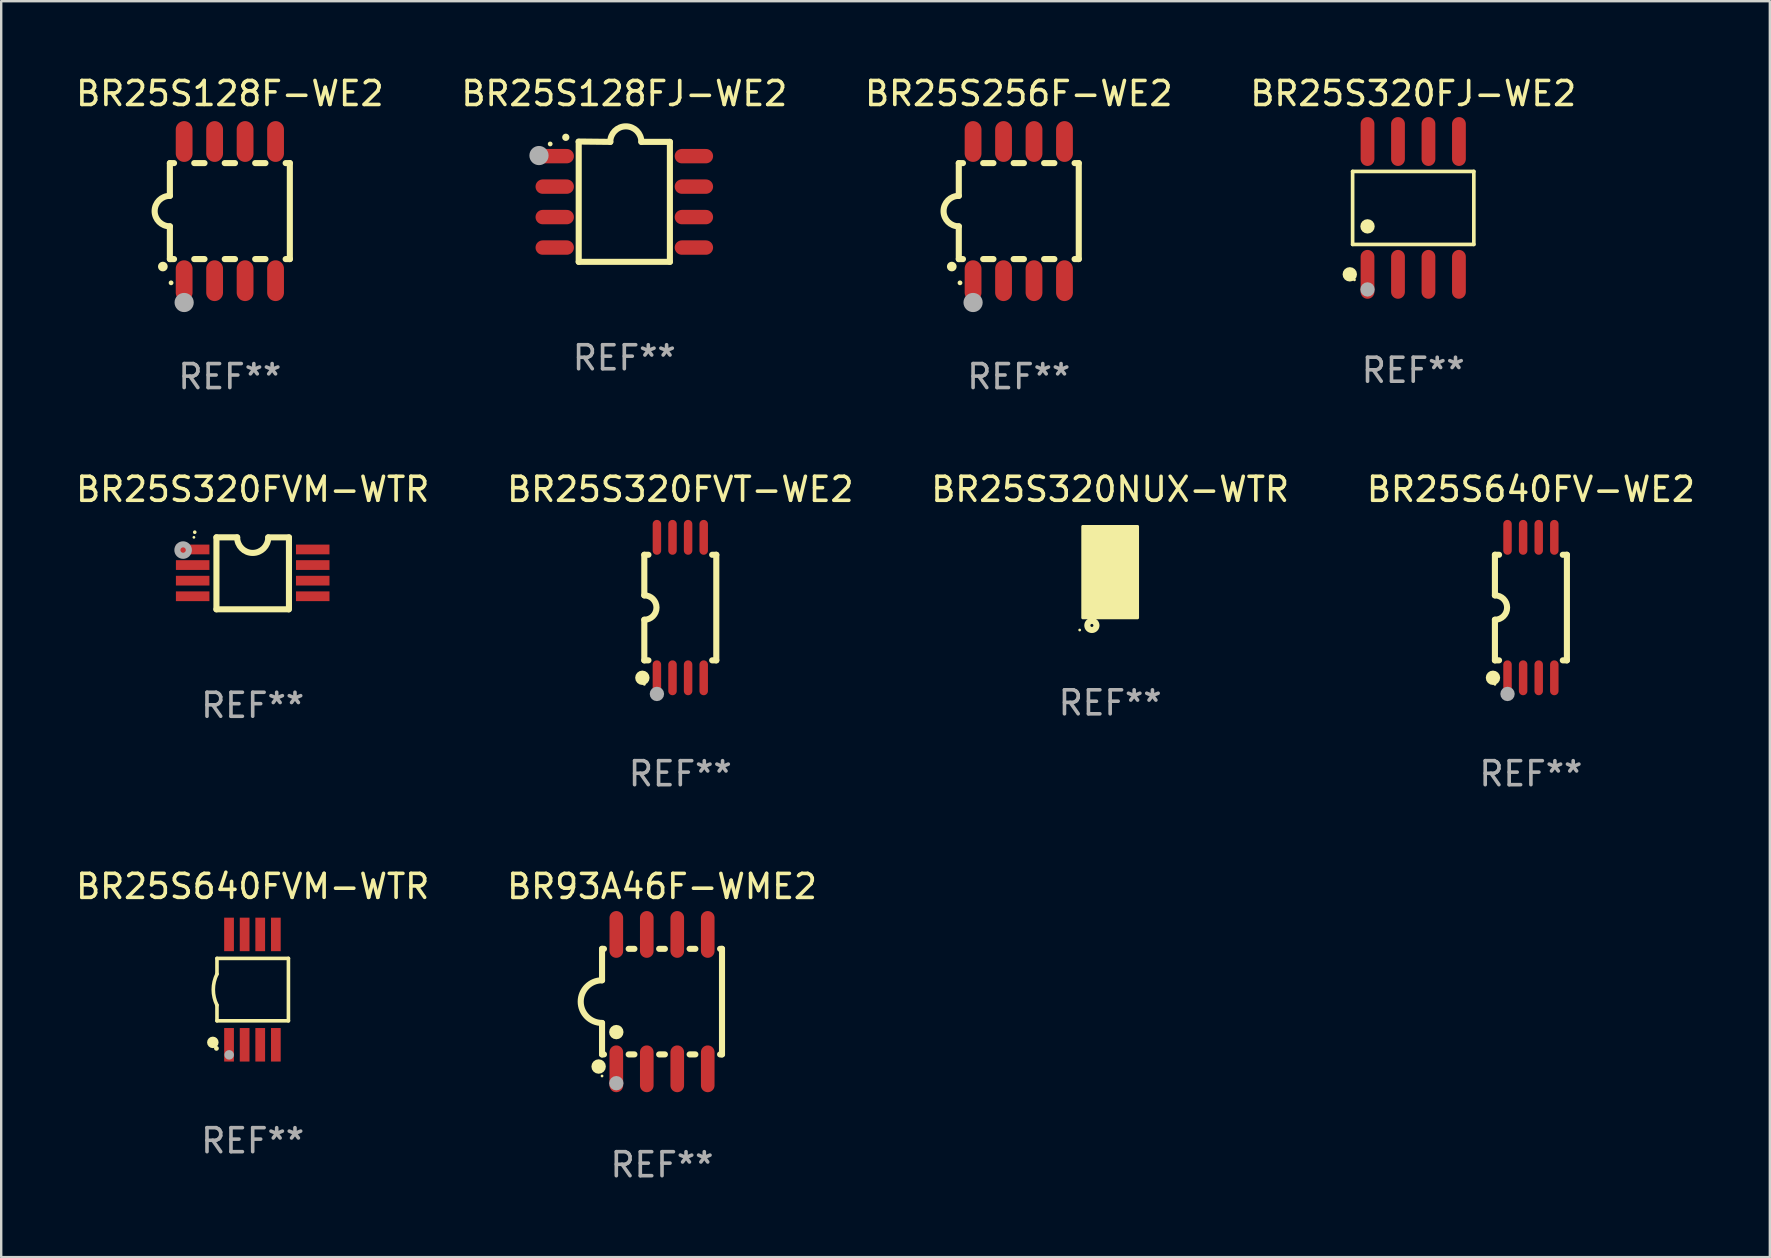
<source format=kicad_pcb>
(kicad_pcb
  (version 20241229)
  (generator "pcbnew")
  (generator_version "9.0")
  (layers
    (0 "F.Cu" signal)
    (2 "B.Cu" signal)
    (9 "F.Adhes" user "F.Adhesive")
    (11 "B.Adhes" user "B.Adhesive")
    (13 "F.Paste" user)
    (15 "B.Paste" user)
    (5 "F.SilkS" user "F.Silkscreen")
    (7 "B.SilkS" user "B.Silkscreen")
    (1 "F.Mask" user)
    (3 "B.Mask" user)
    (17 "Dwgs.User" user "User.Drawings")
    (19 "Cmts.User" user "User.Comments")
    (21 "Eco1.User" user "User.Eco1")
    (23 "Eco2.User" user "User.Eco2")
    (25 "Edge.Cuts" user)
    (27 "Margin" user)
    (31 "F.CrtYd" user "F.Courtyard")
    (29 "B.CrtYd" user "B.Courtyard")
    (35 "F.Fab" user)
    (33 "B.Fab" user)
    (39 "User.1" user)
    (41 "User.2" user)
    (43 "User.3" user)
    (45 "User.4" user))
  (footprint "BR25S640FVM-WTR"
    (layer "F.Cu")
    (at 7.482 38.195)
    (property "Reference" "BR25S640FVM-WTR" (at 0 -4.3 0) (layer "F.SilkS") (effects (font (size 1 1) (thickness 0.15))))
    (attr through_hole)
    (fp_line (start -1.489 -1.3) (end -1.489 -0.648) (stroke (width 0.15) (type solid)) (layer "F.SilkS"))
    (fp_line (start -1.489 0.648) (end -1.489 1.3) (stroke (width 0.15) (type solid)) (layer "F.SilkS"))
    (fp_line (start -1.489 1.3) (end 1.489 1.3) (stroke (width 0.15) (type solid)) (layer "F.SilkS"))
    (fp_line (start 1.489 -1.3) (end -1.489 -1.3) (stroke (width 0.15) (type solid)) (layer "F.SilkS"))
    (fp_line (start 1.489 1.3) (end 1.489 -1.3) (stroke (width 0.15) (type solid)) (layer "F.SilkS"))
    (fp_arc (start -1.489205 0.647702) (mid -1.642107 0) (end -1.489205 -0.647701) (stroke (width 0.150013) (type solid)) (layer "F.SilkS"))
    (fp_circle (center -1.661 2.2) (end -1.541 2.2) (stroke (width 0.24) (type solid)) (fill no) (layer "F.SilkS"))
    (fp_circle (center -1.511 2.45) (end -1.461 2.45) (stroke (width 0.1) (type solid)) (fill no) (layer "F.SilkS"))
    (fp_circle (center -0.981 2.72) (end -0.881 2.72) (stroke (width 0.2) (type solid)) (fill no) (layer "F.Fab"))
    (fp_text user "REF**" (at 0 6.3 0) (layer "F.Fab") (effects (font (size 1 1) (thickness 0.15))))
    (pad "1" smd rect (at -0.986 2.3) (size 0.406 1.397) (layers "F.Cu" "F.Mask" "F.Paste"))
    (pad "2" smd rect (at -0.336 2.3) (size 0.406 1.397) (layers "F.Cu" "F.Mask" "F.Paste"))
    (pad "3" smd rect (at 0.314 2.3) (size 0.406 1.397) (layers "F.Cu" "F.Mask" "F.Paste"))
    (pad "4" smd rect (at 0.964 2.3) (size 0.406 1.397) (layers "F.Cu" "F.Mask" "F.Paste"))
    (pad "5" smd rect (at 0.964 -2.3) (size 0.406 1.397) (layers "F.Cu" "F.Mask" "F.Paste"))
    (pad "6" smd rect (at 0.314 -2.3) (size 0.406 1.397) (layers "F.Cu" "F.Mask" "F.Paste"))
    (pad "7" smd rect (at -0.336 -2.3) (size 0.406 1.397) (layers "F.Cu" "F.Mask" "F.Paste"))
    (pad "8" smd rect (at -0.986 -2.3) (size 0.406 1.397) (layers "F.Cu" "F.Mask" "F.Paste")))
  (footprint "BR25S320FVM-WTR"
    (layer "F.Cu")
    (at 7.482 20.846)
    (property "Reference" "BR25S320FVM-WTR" (at 0 -3.501 0) (layer "F.SilkS") (effects (font (size 1 1) (thickness 0.15))))
    (attr through_hole)
    (fp_line (start -1.511 -1.501) (end -1.511 1.499) (stroke (width 0.254) (type solid)) (layer "F.SilkS"))
    (fp_line (start -1.511 -1.501) (end -0.648 -1.501) (stroke (width 0.254) (type solid)) (layer "F.SilkS"))
    (fp_line (start -1.511 1.499) (end 1.489 1.499) (stroke (width 0.254) (type solid)) (layer "F.SilkS"))
    (fp_line (start 0.648 -1.499) (end 1.511 -1.499) (stroke (width 0.254) (type solid)) (layer "F.SilkS"))
    (fp_line (start 1.511 -1.499) (end 1.511 1.501) (stroke (width 0.254) (type solid)) (layer "F.SilkS"))
    (fp_arc (start -2.41491 -1.713233) (mid -2.414916 -1.714503) (end -2.41491 -1.715773) (stroke (width 0.150013) (type solid)) (layer "F.SilkS"))
    (fp_arc (start 0.647803 -1.498603) (mid 0.000102 -0.850902) (end -0.647599 -1.498603) (stroke (width 0.254001) (type solid)) (layer "F.SilkS"))
    (fp_circle (center -2.45 -1.501) (end -2.42 -1.501) (stroke (width 0.06) (type solid)) (fill no) (layer "F.SilkS"))
    (fp_circle (center -2.9 -0.97) (end -2.788 -0.97) (stroke (width 0.254) (type solid)) (fill no) (layer "F.Fab"))
    (fp_text user "REF**" (at 0 5.501 0) (layer "F.Fab") (effects (font (size 1 1) (thickness 0.15))))
    (pad "1" smd rect (at -2.502 -0.995) (size 1.397 0.406) (layers "F.Cu" "F.Mask" "F.Paste"))
    (pad "2" smd rect (at -2.502 -0.345) (size 1.397 0.406) (layers "F.Cu" "F.Mask" "F.Paste"))
    (pad "3" smd rect (at -2.502 0.305) (size 1.397 0.406) (layers "F.Cu" "F.Mask" "F.Paste"))
    (pad "4" smd rect (at -2.502 0.955) (size 1.397 0.406) (layers "F.Cu" "F.Mask" "F.Paste"))
    (pad "5" smd rect (at 2.502 0.955) (size 1.397 0.406) (layers "F.Cu" "F.Mask" "F.Paste"))
    (pad "6" smd rect (at 2.502 0.305) (size 1.397 0.406) (layers "F.Cu" "F.Mask" "F.Paste"))
    (pad "7" smd rect (at 2.502 -0.345) (size 1.397 0.406) (layers "F.Cu" "F.Mask" "F.Paste"))
    (pad "8" smd rect (at 2.502 -0.995) (size 1.397 0.406) (layers "F.Cu" "F.Mask" "F.Paste")))
  (footprint "BR25S320NUX-WTR"
    (layer "F.Cu")
    (at 43.22 20.795)
    (property "Reference" "BR25S320NUX-WTR" (at 0 -3.45 0) (layer "F.SilkS") (effects (font (size 1 1) (thickness 0.15))))
    (attr through_hole)
    (fp_circle (center -1.27 2.413) (end -1.24 2.413) (stroke (width 0.06) (type solid)) (fill no) (layer "F.SilkS"))
    (fp_circle (center -0.762 2.222) (end -0.699 2.222) (stroke (width 0.254) (type solid)) (fill no) (layer "F.SilkS"))
    (fp_poly (pts (xy -1.143 -1.905) (xy 1.143 -1.905) (xy 1.143 1.905) (xy -1.143 1.905)) (stroke (width 0.12) (type solid)) (fill yes) (layer "F.SilkS"))
    (fp_text user "REF**" (at 0 5.45 0) (layer "F.Fab") (effects (font (size 1 1) (thickness 0.15))))
    (pad "1" smd rect (at -0.75 1.45) (size 0.25 0.5) (layers "F.Cu" "F.Mask" "F.Paste"))
    (pad "2" smd rect (at -0.25 1.45) (size 0.25 0.5) (layers "F.Cu" "F.Mask" "F.Paste"))
    (pad "3" smd rect (at 0.25 1.45) (size 0.25 0.5) (layers "F.Cu" "F.Mask" "F.Paste"))
    (pad "4" smd rect (at 0.75 1.45) (size 0.25 0.5) (layers "F.Cu" "F.Mask" "F.Paste"))
    (pad "5" smd rect (at 0.75 -1.45) (size 0.25 0.5) (layers "F.Cu" "F.Mask" "F.Paste"))
    (pad "6" smd rect (at 0.25 -1.45) (size 0.25 0.5) (layers "F.Cu" "F.Mask" "F.Paste"))
    (pad "7" smd rect (at -0.25 -1.45) (size 0.25 0.5) (layers "F.Cu" "F.Mask" "F.Paste"))
    (pad "8" smd rect (at -0.75 -1.45) (size 0.25 0.5) (layers "F.Cu" "F.Mask" "F.Paste"))
    (pad "9" smd rect (at 0 -0.000127) (size 1.5 1.6) (layers "F.Cu" "F.Mask" "F.Paste")))
  (footprint "BR25S128FJ-WE2"
    (layer "F.Cu")
    (at 22.97 5.356)
    (property "Reference" "BR25S128FJ-WE2" (at 0 -4.507 0) (layer "F.SilkS") (effects (font (size 1 1) (thickness 0.15))))
    (attr through_hole)
    (fp_line (start -1.905 -2.507) (end -0.584 -2.493) (stroke (width 0.254) (type solid)) (layer "F.SilkS"))
    (fp_line (start -1.9 2.507) (end -1.9 -2.493) (stroke (width 0.254) (type solid)) (layer "F.SilkS"))
    (fp_line (start -1.9 2.507) (end 1.9 2.507) (stroke (width 0.254) (type solid)) (layer "F.SilkS"))
    (fp_line (start 1.9 -2.493) (end 0.711 -2.493) (stroke (width 0.254) (type solid)) (layer "F.SilkS"))
    (fp_line (start 1.9 2.507) (end 1.9 -2.493) (stroke (width 0.254) (type solid)) (layer "F.SilkS"))
    (fp_arc (start -2.438532 -2.682563) (mid -2.438537 -2.683833) (end -2.438532 -2.685103) (stroke (width 0.3) (type solid)) (layer "F.SilkS"))
    (fp_arc (start -0.584328 -2.492064) (mid 0.063057 -3.139764) (end 0.711074 -2.492697) (stroke (width 0.254001) (type solid)) (layer "F.SilkS"))
    (fp_circle (center -3.089 -2.406) (end -3.039 -2.406) (stroke (width 0.1) (type solid)) (fill no) (layer "F.SilkS"))
    (fp_circle (center -3.556 -1.923) (end -3.356 -1.923) (stroke (width 0.4) (type solid)) (fill no) (layer "F.Fab"))
    (fp_text user "REF**" (at 0 6.507 0) (layer "F.Fab") (effects (font (size 1 1) (thickness 0.15))))
    (pad "1" smd oval (at -2.9 -1.898 90) (size 0.6 1.6) (layers "F.Cu" "F.Mask" "F.Paste"))
    (pad "2" smd oval (at -2.9 -0.628 90) (size 0.6 1.6) (layers "F.Cu" "F.Mask" "F.Paste"))
    (pad "3" smd oval (at -2.9 0.642 90) (size 0.6 1.6) (layers "F.Cu" "F.Mask" "F.Paste"))
    (pad "4" smd oval (at -2.9 1.912 90) (size 0.6 1.6) (layers "F.Cu" "F.Mask" "F.Paste"))
    (pad "5" smd oval (at 2.9 1.912 90) (size 0.6 1.6) (layers "F.Cu" "F.Mask" "F.Paste"))
    (pad "6" smd oval (at 2.9 0.642 90) (size 0.6 1.6) (layers "F.Cu" "F.Mask" "F.Paste"))
    (pad "7" smd oval (at 2.9 -0.628 90) (size 0.6 1.6) (layers "F.Cu" "F.Mask" "F.Paste"))
    (pad "8" smd oval (at 2.9 -1.898 90) (size 0.6 1.6) (layers "F.Cu" "F.Mask" "F.Paste")))
  (footprint "BR25S320FJ-WE2"
    (layer "F.Cu")
    (at 55.851 5.616)
    (property "Reference" "BR25S320FJ-WE2" (at 0 -4.768 0) (layer "F.SilkS") (effects (font (size 1 1) (thickness 0.15))))
    (attr through_hole)
    (fp_line (start -2.526 -1.521) (end 2.526 -1.521) (stroke (width 0.152) (type solid)) (layer "F.SilkS"))
    (fp_line (start -2.526 1.521) (end -2.526 -1.521) (stroke (width 0.152) (type solid)) (layer "F.SilkS"))
    (fp_line (start 2.526 -1.521) (end 2.526 1.521) (stroke (width 0.152) (type solid)) (layer "F.SilkS"))
    (fp_line (start 2.526 1.521) (end -2.526 1.521) (stroke (width 0.152) (type solid)) (layer "F.SilkS"))
    (fp_circle (center -2.644 2.768) (end -2.494 2.768) (stroke (width 0.3) (type solid)) (fill no) (layer "F.SilkS"))
    (fp_circle (center -2.45 2.998) (end -2.42 2.998) (stroke (width 0.06) (type solid)) (fill no) (layer "F.SilkS"))
    (fp_circle (center -1.905 0.769) (end -1.755 0.769) (stroke (width 0.3) (type solid)) (fill no) (layer "F.SilkS"))
    (fp_circle (center -1.905 3.398) (end -1.755 3.398) (stroke (width 0.3) (type solid)) (fill no) (layer "F.Fab"))
    (fp_text user "REF**" (at 0 6.768 0) (layer "F.Fab") (effects (font (size 1 1) (thickness 0.15))))
    (pad "1" smd oval (at -1.905 2.768) (size 0.574 2.036) (layers "F.Cu" "F.Mask" "F.Paste"))
    (pad "2" smd oval (at -0.635 2.768) (size 0.574 2.036) (layers "F.Cu" "F.Mask" "F.Paste"))
    (pad "3" smd oval (at 0.635 2.768) (size 0.574 2.036) (layers "F.Cu" "F.Mask" "F.Paste"))
    (pad "4" smd oval (at 1.905 2.768) (size 0.574 2.036) (layers "F.Cu" "F.Mask" "F.Paste"))
    (pad "5" smd oval (at 1.905 -2.768) (size 0.574 2.036) (layers "F.Cu" "F.Mask" "F.Paste"))
    (pad "6" smd oval (at 0.635 -2.768) (size 0.574 2.036) (layers "F.Cu" "F.Mask" "F.Paste"))
    (pad "7" smd oval (at -0.635 -2.768) (size 0.574 2.036) (layers "F.Cu" "F.Mask" "F.Paste"))
    (pad "8" smd oval (at -1.905 -2.768) (size 0.574 2.036) (layers "F.Cu" "F.Mask" "F.Paste")))
  (footprint "BR93A46F-WME2"
    (layer "F.Cu")
    (at 24.542 38.696)
    (property "Reference" "BR93A46F-WME2" (at 0 -4.8 0) (layer "F.SilkS") (effects (font (size 1 1) (thickness 0.15))))
    (attr through_hole)
    (fp_line (start -2.5 -2.2) (end -2.5 -0.889) (stroke (width 0.254) (type solid)) (layer "F.SilkS"))
    (fp_line (start -2.5 2.2) (end -2.5 0.889) (stroke (width 0.254) (type solid)) (layer "F.SilkS"))
    (fp_line (start -2.42 -2.2) (end -2.5 -2.2) (stroke (width 0.254) (type solid)) (layer "F.SilkS"))
    (fp_line (start -2.42 2.2) (end -2.5 2.2) (stroke (width 0.254) (type solid)) (layer "F.SilkS"))
    (fp_line (start -1.15 -2.2) (end -1.39 -2.2) (stroke (width 0.254) (type solid)) (layer "F.SilkS"))
    (fp_line (start -1.15 2.2) (end -1.39 2.2) (stroke (width 0.254) (type solid)) (layer "F.SilkS"))
    (fp_line (start 0.12 -2.2) (end -0.12 -2.2) (stroke (width 0.254) (type solid)) (layer "F.SilkS"))
    (fp_line (start 0.12 2.2) (end -0.12 2.2) (stroke (width 0.254) (type solid)) (layer "F.SilkS"))
    (fp_line (start 1.39 -2.2) (end 1.15 -2.2) (stroke (width 0.254) (type solid)) (layer "F.SilkS"))
    (fp_line (start 1.39 2.2) (end 1.15 2.2) (stroke (width 0.254) (type solid)) (layer "F.SilkS"))
    (fp_line (start 2.5 -2.2) (end 2.42 -2.2) (stroke (width 0.254) (type solid)) (layer "F.SilkS"))
    (fp_line (start 2.5 -2.2) (end 2.5 2.2) (stroke (width 0.254) (type solid)) (layer "F.SilkS"))
    (fp_line (start 2.5 2.2) (end 2.42 2.2) (stroke (width 0.254) (type solid)) (layer "F.SilkS"))
    (fp_arc (start -2.5 0.889002) (mid -3.388367 -0.000318) (end -2.499365 -0.889002) (stroke (width 0.254001) (type solid)) (layer "F.SilkS"))
    (fp_circle (center -2.642 2.705) (end -2.491 2.705) (stroke (width 0.3) (type solid)) (fill no) (layer "F.SilkS"))
    (fp_circle (center -2.5 3.1) (end -2.47 3.1) (stroke (width 0.06) (type solid)) (fill no) (layer "F.SilkS"))
    (fp_circle (center -1.905 1.27) (end -1.755 1.27) (stroke (width 0.3) (type solid)) (fill no) (layer "F.SilkS"))
    (fp_circle (center -1.905 3.4) (end -1.755 3.4) (stroke (width 0.3) (type solid)) (fill no) (layer "F.Fab"))
    (fp_text user "REF**" (at 0 6.8 0) (layer "F.Fab") (effects (font (size 1 1) (thickness 0.15))))
    (pad "1" smd oval (at -1.905 2.8) (size 0.568 1.95) (layers "F.Cu" "F.Mask" "F.Paste"))
    (pad "2" smd oval (at -0.635 2.8) (size 0.568 1.95) (layers "F.Cu" "F.Mask" "F.Paste"))
    (pad "3" smd oval (at 0.635 2.8) (size 0.568 1.95) (layers "F.Cu" "F.Mask" "F.Paste"))
    (pad "4" smd oval (at 1.905 2.8) (size 0.568 1.95) (layers "F.Cu" "F.Mask" "F.Paste"))
    (pad "5" smd oval (at 1.905 -2.8) (size 0.568 1.95) (layers "F.Cu" "F.Mask" "F.Paste"))
    (pad "6" smd oval (at 0.635 -2.8) (size 0.568 1.95) (layers "F.Cu" "F.Mask" "F.Paste"))
    (pad "7" smd oval (at -0.635 -2.8) (size 0.568 1.95) (layers "F.Cu" "F.Mask" "F.Paste"))
    (pad "8" smd oval (at -1.905 -2.8) (size 0.568 1.95) (layers "F.Cu" "F.Mask" "F.Paste")))
  (footprint "BR25S640FV-WE2"
    (layer "F.Cu")
    (at 60.756 22.272)
    (property "Reference" "BR25S640FV-WE2" (at 0 -4.927 0) (layer "F.SilkS") (effects (font (size 1 1) (thickness 0.15))))
    (attr through_hole)
    (fp_line (start -1.5 -2.2) (end -1.5 -0.508) (stroke (width 0.254) (type solid)) (layer "F.SilkS"))
    (fp_line (start -1.5 -2.2) (end -1.328 -2.2) (stroke (width 0.254) (type solid)) (layer "F.SilkS"))
    (fp_line (start -1.5 2.2) (end -1.5 0.508) (stroke (width 0.254) (type solid)) (layer "F.SilkS"))
    (fp_line (start -1.5 2.2) (end -1.328 2.2) (stroke (width 0.254) (type solid)) (layer "F.SilkS"))
    (fp_line (start 1.328 -2.2) (end 1.5 -2.2) (stroke (width 0.254) (type solid)) (layer "F.SilkS"))
    (fp_line (start 1.328 2.2) (end 1.5 2.2) (stroke (width 0.254) (type solid)) (layer "F.SilkS"))
    (fp_line (start 1.5 -2.2) (end 1.5 2.2) (stroke (width 0.254) (type solid)) (layer "F.SilkS"))
    (fp_arc (start -1.501144 -0.508) (mid -0.993143 -0.000571) (end -1.5 0.508001) (stroke (width 0.254001) (type solid)) (layer "F.SilkS"))
    (fp_circle (center -1.581 2.927) (end -1.431 2.927) (stroke (width 0.3) (type solid)) (fill no) (layer "F.SilkS"))
    (fp_circle (center -1.5 3.2) (end -1.47 3.2) (stroke (width 0.06) (type solid)) (fill no) (layer "F.SilkS"))
    (fp_circle (center -0.975 3.6) (end -0.825 3.6) (stroke (width 0.3) (type solid)) (fill no) (layer "F.Fab"))
    (fp_text user "REF**" (at 0 6.927 0) (layer "F.Fab") (effects (font (size 1 1) (thickness 0.15))))
    (pad "1" smd oval (at -0.975 2.927) (size 0.353 1.454) (layers "F.Cu" "F.Mask" "F.Paste"))
    (pad "2" smd oval (at -0.325 2.927) (size 0.353 1.454) (layers "F.Cu" "F.Mask" "F.Paste"))
    (pad "3" smd oval (at 0.325 2.927) (size 0.353 1.454) (layers "F.Cu" "F.Mask" "F.Paste"))
    (pad "4" smd oval (at 0.975 2.927) (size 0.353 1.454) (layers "F.Cu" "F.Mask" "F.Paste"))
    (pad "5" smd oval (at 0.975 -2.927) (size 0.353 1.454) (layers "F.Cu" "F.Mask" "F.Paste"))
    (pad "6" smd oval (at 0.325 -2.927) (size 0.353 1.454) (layers "F.Cu" "F.Mask" "F.Paste"))
    (pad "7" smd oval (at -0.325 -2.927) (size 0.353 1.454) (layers "F.Cu" "F.Mask" "F.Paste"))
    (pad "8" smd oval (at -0.975 -2.927) (size 0.353 1.454) (layers "F.Cu" "F.Mask" "F.Paste")))
  (footprint "BR25S256F-WE2"
    (layer "F.Cu")
    (at 39.411 5.748)
    (property "Reference" "BR25S256F-WE2" (at 0 -4.9 0) (layer "F.SilkS") (effects (font (size 1 1) (thickness 0.15))))
    (attr through_hole)
    (fp_line (start -2.5 -2) (end -2.5 -0.635) (stroke (width 0.254) (type solid)) (layer "F.SilkS"))
    (fp_line (start -2.5 -2) (end -2.326 -2) (stroke (width 0.254) (type solid)) (layer "F.SilkS"))
    (fp_line (start -2.5 2) (end -2.5 0.635) (stroke (width 0.254) (type solid)) (layer "F.SilkS"))
    (fp_line (start -2.5 2) (end -2.326 2) (stroke (width 0.254) (type solid)) (layer "F.SilkS"))
    (fp_line (start -1.484 -2) (end -1.056 -2) (stroke (width 0.254) (type solid)) (layer "F.SilkS"))
    (fp_line (start -1.484 2) (end -1.056 2) (stroke (width 0.254) (type solid)) (layer "F.SilkS"))
    (fp_line (start -0.214 -2) (end 0.214 -2) (stroke (width 0.254) (type solid)) (layer "F.SilkS"))
    (fp_line (start -0.214 2) (end 0.214 2) (stroke (width 0.254) (type solid)) (layer "F.SilkS"))
    (fp_line (start 1.056 -2) (end 1.484 -2) (stroke (width 0.254) (type solid)) (layer "F.SilkS"))
    (fp_line (start 1.056 2) (end 1.484 2) (stroke (width 0.254) (type solid)) (layer "F.SilkS"))
    (fp_line (start 2.326 -2) (end 2.5 -2) (stroke (width 0.254) (type solid)) (layer "F.SilkS"))
    (fp_line (start 2.326 2) (end 2.5 2) (stroke (width 0.254) (type solid)) (layer "F.SilkS"))
    (fp_line (start 2.5 -2) (end 2.5 2) (stroke (width 0.254) (type solid)) (layer "F.SilkS"))
    (fp_arc (start -2.794006 2.311405) (mid -2.792736 2.311401) (end -2.791466 2.311405) (stroke (width 0.4) (type solid)) (layer "F.SilkS"))
    (fp_arc (start -2.5 0.635001) (mid -3.134366 -0.000318) (end -2.499365 -0.635001) (stroke (width 0.254001) (type solid)) (layer "F.SilkS"))
    (fp_circle (center -2.45 2.99) (end -2.4 2.99) (stroke (width 0.1) (type solid)) (fill no) (layer "F.SilkS"))
    (fp_circle (center -1.905 3.81) (end -1.705 3.81) (stroke (width 0.4) (type solid)) (fill no) (layer "F.Fab"))
    (fp_text user "REF**" (at 0 6.9 0) (layer "F.Fab") (effects (font (size 1 1) (thickness 0.15))))
    (pad "1" smd oval (at -1.905 2.9 180) (size 0.7 1.7) (layers "F.Cu" "F.Mask" "F.Paste"))
    (pad "2" smd oval (at -0.635 2.9 180) (size 0.7 1.7) (layers "F.Cu" "F.Mask" "F.Paste"))
    (pad "3" smd oval (at 0.635 2.9 180) (size 0.7 1.7) (layers "F.Cu" "F.Mask" "F.Paste"))
    (pad "4" smd oval (at 1.905 2.9 180) (size 0.7 1.7) (layers "F.Cu" "F.Mask" "F.Paste"))
    (pad "5" smd oval (at 1.905 -2.9 180) (size 0.7 1.7) (layers "F.Cu" "F.Mask" "F.Paste"))
    (pad "6" smd oval (at 0.635 -2.9 180) (size 0.7 1.7) (layers "F.Cu" "F.Mask" "F.Paste"))
    (pad "7" smd oval (at -0.635 -2.9 180) (size 0.7 1.7) (layers "F.Cu" "F.Mask" "F.Paste"))
    (pad "8" smd oval (at -1.905 -2.9 180) (size 0.7 1.7) (layers "F.Cu" "F.Mask" "F.Paste")))
  (footprint "BR25S320FVT-WE2"
    (layer "F.Cu")
    (at 25.304 22.272)
    (property "Reference" "BR25S320FVT-WE2" (at 0 -4.927 0) (layer "F.SilkS") (effects (font (size 1 1) (thickness 0.15))))
    (attr through_hole)
    (fp_line (start -1.5 -2.2) (end -1.5 -0.508) (stroke (width 0.254) (type solid)) (layer "F.SilkS"))
    (fp_line (start -1.5 -2.2) (end -1.328 -2.2) (stroke (width 0.254) (type solid)) (layer "F.SilkS"))
    (fp_line (start -1.5 2.2) (end -1.5 0.508) (stroke (width 0.254) (type solid)) (layer "F.SilkS"))
    (fp_line (start -1.5 2.2) (end -1.328 2.2) (stroke (width 0.254) (type solid)) (layer "F.SilkS"))
    (fp_line (start 1.328 -2.2) (end 1.5 -2.2) (stroke (width 0.254) (type solid)) (layer "F.SilkS"))
    (fp_line (start 1.328 2.2) (end 1.5 2.2) (stroke (width 0.254) (type solid)) (layer "F.SilkS"))
    (fp_line (start 1.5 -2.2) (end 1.5 2.2) (stroke (width 0.254) (type solid)) (layer "F.SilkS"))
    (fp_arc (start -1.501144 -0.508) (mid -0.993143 -0.000571) (end -1.5 0.508001) (stroke (width 0.254001) (type solid)) (layer "F.SilkS"))
    (fp_circle (center -1.581 2.927) (end -1.431 2.927) (stroke (width 0.3) (type solid)) (fill no) (layer "F.SilkS"))
    (fp_circle (center -1.5 3.2) (end -1.47 3.2) (stroke (width 0.06) (type solid)) (fill no) (layer "F.SilkS"))
    (fp_circle (center -0.975 3.6) (end -0.825 3.6) (stroke (width 0.3) (type solid)) (fill no) (layer "F.Fab"))
    (fp_text user "REF**" (at 0 6.927 0) (layer "F.Fab") (effects (font (size 1 1) (thickness 0.15))))
    (pad "1" smd oval (at -0.975 2.927) (size 0.353 1.454) (layers "F.Cu" "F.Mask" "F.Paste"))
    (pad "2" smd oval (at -0.325 2.927) (size 0.353 1.454) (layers "F.Cu" "F.Mask" "F.Paste"))
    (pad "3" smd oval (at 0.325 2.927) (size 0.353 1.454) (layers "F.Cu" "F.Mask" "F.Paste"))
    (pad "4" smd oval (at 0.975 2.927) (size 0.353 1.454) (layers "F.Cu" "F.Mask" "F.Paste"))
    (pad "5" smd oval (at 0.975 -2.927) (size 0.353 1.454) (layers "F.Cu" "F.Mask" "F.Paste"))
    (pad "6" smd oval (at 0.325 -2.927) (size 0.353 1.454) (layers "F.Cu" "F.Mask" "F.Paste"))
    (pad "7" smd oval (at -0.325 -2.927) (size 0.353 1.454) (layers "F.Cu" "F.Mask" "F.Paste"))
    (pad "8" smd oval (at -0.975 -2.927) (size 0.353 1.454) (layers "F.Cu" "F.Mask" "F.Paste")))
  (footprint "BR25S128F-WE2"
    (layer "F.Cu")
    (at 6.53 5.748)
    (property "Reference" "BR25S128F-WE2" (at 0 -4.9 0) (layer "F.SilkS") (effects (font (size 1 1) (thickness 0.15))))
    (attr through_hole)
    (fp_line (start -2.5 -2) (end -2.5 -0.635) (stroke (width 0.254) (type solid)) (layer "F.SilkS"))
    (fp_line (start -2.5 -2) (end -2.326 -2) (stroke (width 0.254) (type solid)) (layer "F.SilkS"))
    (fp_line (start -2.5 2) (end -2.5 0.635) (stroke (width 0.254) (type solid)) (layer "F.SilkS"))
    (fp_line (start -2.5 2) (end -2.326 2) (stroke (width 0.254) (type solid)) (layer "F.SilkS"))
    (fp_line (start -1.484 -2) (end -1.056 -2) (stroke (width 0.254) (type solid)) (layer "F.SilkS"))
    (fp_line (start -1.484 2) (end -1.056 2) (stroke (width 0.254) (type solid)) (layer "F.SilkS"))
    (fp_line (start -0.214 -2) (end 0.214 -2) (stroke (width 0.254) (type solid)) (layer "F.SilkS"))
    (fp_line (start -0.214 2) (end 0.214 2) (stroke (width 0.254) (type solid)) (layer "F.SilkS"))
    (fp_line (start 1.056 -2) (end 1.484 -2) (stroke (width 0.254) (type solid)) (layer "F.SilkS"))
    (fp_line (start 1.056 2) (end 1.484 2) (stroke (width 0.254) (type solid)) (layer "F.SilkS"))
    (fp_line (start 2.326 -2) (end 2.5 -2) (stroke (width 0.254) (type solid)) (layer "F.SilkS"))
    (fp_line (start 2.326 2) (end 2.5 2) (stroke (width 0.254) (type solid)) (layer "F.SilkS"))
    (fp_line (start 2.5 -2) (end 2.5 2) (stroke (width 0.254) (type solid)) (layer "F.SilkS"))
    (fp_arc (start -2.794006 2.311405) (mid -2.792736 2.311401) (end -2.791466 2.311405) (stroke (width 0.4) (type solid)) (layer "F.SilkS"))
    (fp_arc (start -2.5 0.635001) (mid -3.134366 -0.000318) (end -2.499365 -0.635001) (stroke (width 0.254001) (type solid)) (layer "F.SilkS"))
    (fp_circle (center -2.45 2.99) (end -2.4 2.99) (stroke (width 0.1) (type solid)) (fill no) (layer "F.SilkS"))
    (fp_circle (center -1.905 3.81) (end -1.705 3.81) (stroke (width 0.4) (type solid)) (fill no) (layer "F.Fab"))
    (fp_text user "REF**" (at 0 6.9 0) (layer "F.Fab") (effects (font (size 1 1) (thickness 0.15))))
    (pad "1" smd oval (at -1.905 2.9 180) (size 0.7 1.7) (layers "F.Cu" "F.Mask" "F.Paste"))
    (pad "2" smd oval (at -0.635 2.9 180) (size 0.7 1.7) (layers "F.Cu" "F.Mask" "F.Paste"))
    (pad "3" smd oval (at 0.635 2.9 180) (size 0.7 1.7) (layers "F.Cu" "F.Mask" "F.Paste"))
    (pad "4" smd oval (at 1.905 2.9 180) (size 0.7 1.7) (layers "F.Cu" "F.Mask" "F.Paste"))
    (pad "5" smd oval (at 1.905 -2.9 180) (size 0.7 1.7) (layers "F.Cu" "F.Mask" "F.Paste"))
    (pad "6" smd oval (at 0.635 -2.9 180) (size 0.7 1.7) (layers "F.Cu" "F.Mask" "F.Paste"))
    (pad "7" smd oval (at -0.635 -2.9 180) (size 0.7 1.7) (layers "F.Cu" "F.Mask" "F.Paste"))
    (pad "8" smd oval (at -1.905 -2.9 180) (size 0.7 1.7) (layers "F.Cu" "F.Mask" "F.Paste")))
  (gr_rect
    (start -3 -3)
    (end 70.714 49.344)
    (stroke (width 0.1) (type default))
    (fill no)
    (layer "Edge.Cuts")))
</source>
